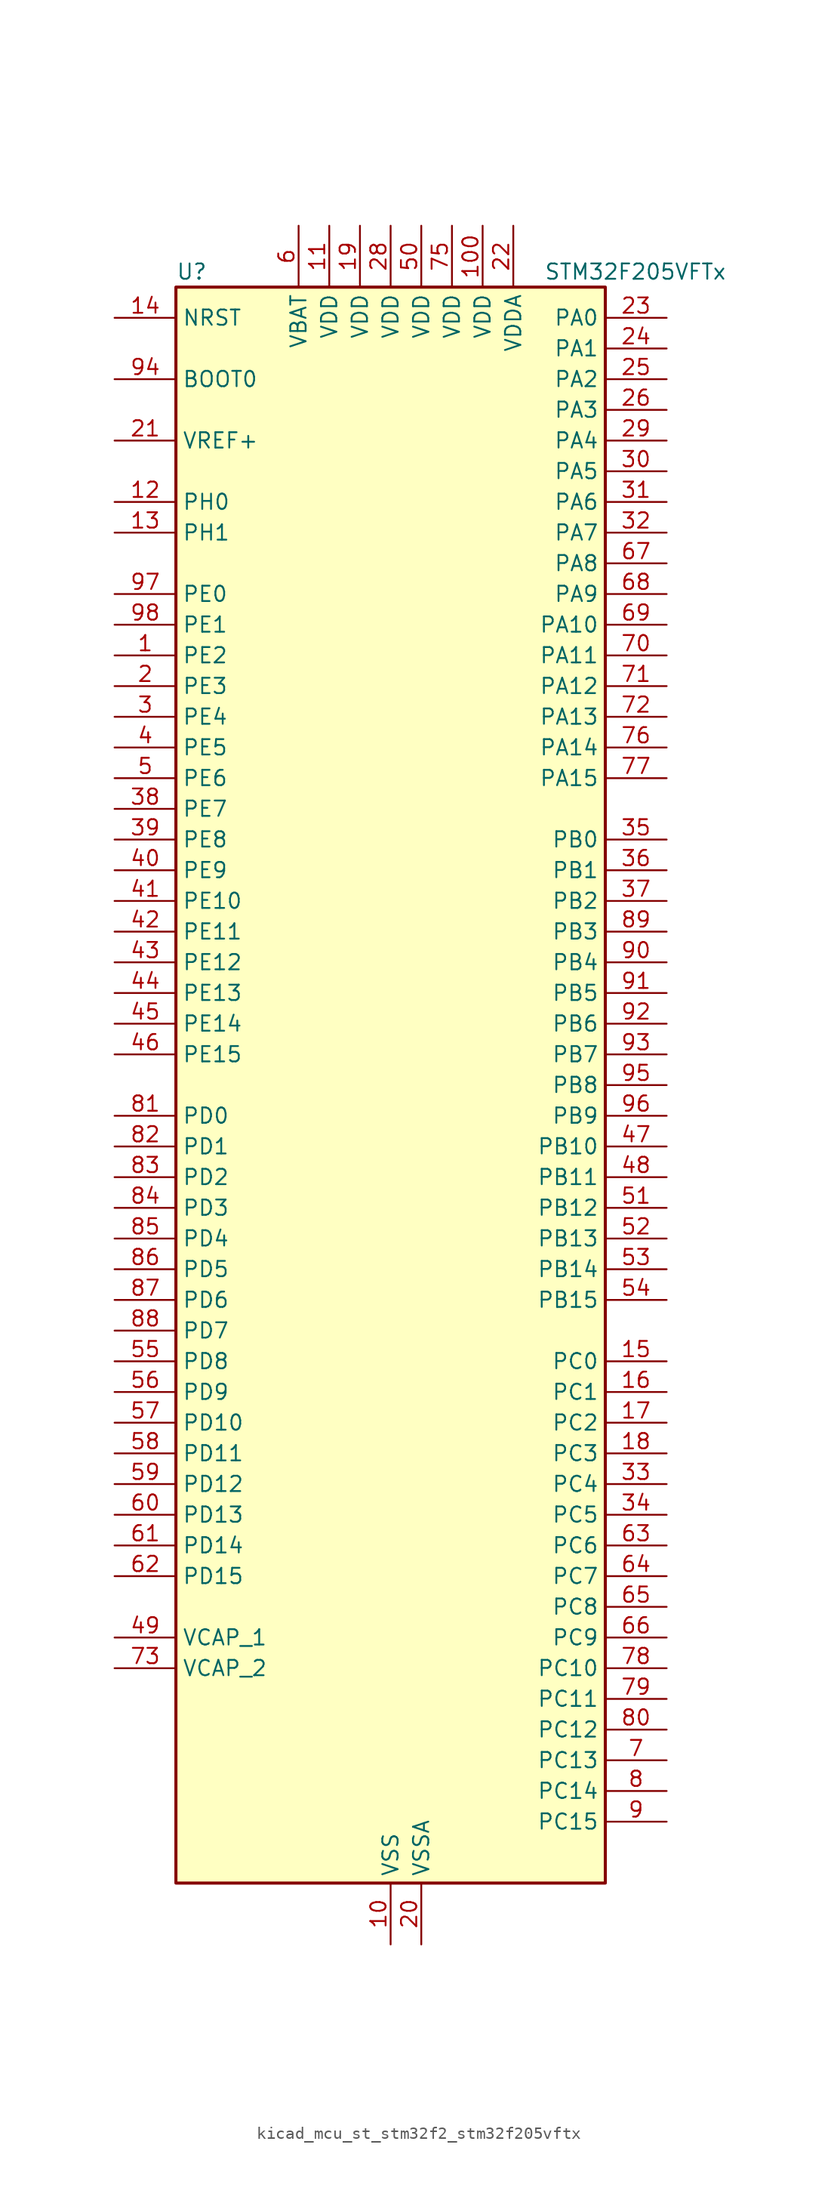
<source format=kicad_sym>
(kicad_symbol_lib
  (version 20220914)
  (generator kicad_symbol_editor)
  (symbol "kicad_mcu_st_stm32f2_stm32f205vftx"
    (property "Reference" "U"
      (at -17.78 67.31 0)
      (effects (font (size 1.27 1.27)) (justify left)))
    (property "Value" "STM32F205VFTx"
      (at 12.7 67.31 0)
      (effects (font (size 1.27 1.27)) (justify left)))
    (property "ki_locked" ""
      (at 0 0 0)
      (effects (font (size 1.27 1.27))))
    (symbol "kicad_mcu_st_stm32f2_stm32f205vftx_0_1"
      (rectangle (start -17.78 -66.04) (end 17.78 66.04) (stroke (width 0.254) (type default)) (fill (type background))))
    (symbol "kicad_mcu_st_stm32f2_stm32f205vftx_1_1"
      (pin bidirectional line (at -22.86 35.56 0) (length 5.08) (name "PE2" (effects (font (size 1.27 1.27)))) (number "1" (effects (font (size 1.27 1.27)))) (alternate "FSMC_A23" bidirectional line) (alternate "SYS_TRACECLK" bidirectional line))
      (pin power_in line (at 0 -71.12 90) (length 5.08) (name "VSS" (effects (font (size 1.27 1.27)))) (number "10" (effects (font (size 1.27 1.27)))))
      (pin power_in line (at 7.62 71.12 270) (length 5.08) (name "VDD" (effects (font (size 1.27 1.27)))) (number "100" (effects (font (size 1.27 1.27)))))
      (pin power_in line (at -5.08 71.12 270) (length 5.08) (name "VDD" (effects (font (size 1.27 1.27)))) (number "11" (effects (font (size 1.27 1.27)))))
      (pin bidirectional line (at -22.86 48.26 0) (length 5.08) (name "PH0" (effects (font (size 1.27 1.27)))) (number "12" (effects (font (size 1.27 1.27)))) (alternate "RCC_OSC_IN" bidirectional line))
      (pin bidirectional line (at -22.86 45.72 0) (length 5.08) (name "PH1" (effects (font (size 1.27 1.27)))) (number "13" (effects (font (size 1.27 1.27)))) (alternate "RCC_OSC_OUT" bidirectional line))
      (pin input line (at -22.86 63.5 0) (length 5.08) (name "NRST" (effects (font (size 1.27 1.27)))) (number "14" (effects (font (size 1.27 1.27)))))
      (pin bidirectional line (at 22.86 -22.86 180) (length 5.08) (name "PC0" (effects (font (size 1.27 1.27)))) (number "15" (effects (font (size 1.27 1.27)))) (alternate "ADC1_IN10" bidirectional line) (alternate "ADC2_IN10" bidirectional line) (alternate "ADC3_IN10" bidirectional line) (alternate "USB_OTG_HS_ULPI_STP" bidirectional line))
      (pin bidirectional line (at 22.86 -25.4 180) (length 5.08) (name "PC1" (effects (font (size 1.27 1.27)))) (number "16" (effects (font (size 1.27 1.27)))) (alternate "ADC1_IN11" bidirectional line) (alternate "ADC2_IN11" bidirectional line) (alternate "ADC3_IN11" bidirectional line))
      (pin bidirectional line (at 22.86 -27.94 180) (length 5.08) (name "PC2" (effects (font (size 1.27 1.27)))) (number "17" (effects (font (size 1.27 1.27)))) (alternate "ADC1_IN12" bidirectional line) (alternate "ADC2_IN12" bidirectional line) (alternate "ADC3_IN12" bidirectional line) (alternate "SPI2_MISO" bidirectional line) (alternate "USB_OTG_HS_ULPI_DIR" bidirectional line))
      (pin bidirectional line (at 22.86 -30.48 180) (length 5.08) (name "PC3" (effects (font (size 1.27 1.27)))) (number "18" (effects (font (size 1.27 1.27)))) (alternate "ADC1_IN13" bidirectional line) (alternate "ADC2_IN13" bidirectional line) (alternate "ADC3_IN13" bidirectional line) (alternate "I2S2_SD" bidirectional line) (alternate "SPI2_MOSI" bidirectional line) (alternate "USB_OTG_HS_ULPI_NXT" bidirectional line))
      (pin power_in line (at -2.54 71.12 270) (length 5.08) (name "VDD" (effects (font (size 1.27 1.27)))) (number "19" (effects (font (size 1.27 1.27)))))
      (pin bidirectional line (at -22.86 33.02 0) (length 5.08) (name "PE3" (effects (font (size 1.27 1.27)))) (number "2" (effects (font (size 1.27 1.27)))) (alternate "FSMC_A19" bidirectional line) (alternate "SYS_TRACED0" bidirectional line))
      (pin power_in line (at 2.54 -71.12 90) (length 5.08) (name "VSSA" (effects (font (size 1.27 1.27)))) (number "20" (effects (font (size 1.27 1.27)))))
      (pin input line (at -22.86 53.34 0) (length 5.08) (name "VREF+" (effects (font (size 1.27 1.27)))) (number "21" (effects (font (size 1.27 1.27)))))
      (pin power_in line (at 10.16 71.12 270) (length 5.08) (name "VDDA" (effects (font (size 1.27 1.27)))) (number "22" (effects (font (size 1.27 1.27)))))
      (pin bidirectional line (at 22.86 63.5 180) (length 5.08) (name "PA0" (effects (font (size 1.27 1.27)))) (number "23" (effects (font (size 1.27 1.27)))) (alternate "ADC1_IN0" bidirectional line) (alternate "ADC2_IN0" bidirectional line) (alternate "ADC3_IN0" bidirectional line) (alternate "SYS_WKUP" bidirectional line) (alternate "TIM2_CH1" bidirectional line) (alternate "TIM2_ETR" bidirectional line) (alternate "TIM5_CH1" bidirectional line) (alternate "TIM8_ETR" bidirectional line) (alternate "UART4_TX" bidirectional line) (alternate "USART2_CTS" bidirectional line))
      (pin bidirectional line (at 22.86 60.96 180) (length 5.08) (name "PA1" (effects (font (size 1.27 1.27)))) (number "24" (effects (font (size 1.27 1.27)))) (alternate "ADC1_IN1" bidirectional line) (alternate "ADC2_IN1" bidirectional line) (alternate "ADC3_IN1" bidirectional line) (alternate "TIM2_CH2" bidirectional line) (alternate "TIM5_CH2" bidirectional line) (alternate "UART4_RX" bidirectional line) (alternate "USART2_RTS" bidirectional line))
      (pin bidirectional line (at 22.86 58.42 180) (length 5.08) (name "PA2" (effects (font (size 1.27 1.27)))) (number "25" (effects (font (size 1.27 1.27)))) (alternate "ADC1_IN2" bidirectional line) (alternate "ADC2_IN2" bidirectional line) (alternate "ADC3_IN2" bidirectional line) (alternate "TIM2_CH3" bidirectional line) (alternate "TIM5_CH3" bidirectional line) (alternate "TIM9_CH1" bidirectional line) (alternate "USART2_TX" bidirectional line))
      (pin bidirectional line (at 22.86 55.88 180) (length 5.08) (name "PA3" (effects (font (size 1.27 1.27)))) (number "26" (effects (font (size 1.27 1.27)))) (alternate "ADC1_IN3" bidirectional line) (alternate "ADC2_IN3" bidirectional line) (alternate "ADC3_IN3" bidirectional line) (alternate "TIM2_CH4" bidirectional line) (alternate "TIM5_CH4" bidirectional line) (alternate "TIM9_CH2" bidirectional line) (alternate "USART2_RX" bidirectional line) (alternate "USB_OTG_HS_ULPI_D0" bidirectional line))
      (pin passive line (at 0 -71.12 90) (length 5.08) hide (name "VSS" (effects (font (size 1.27 1.27)))) (number "27" (effects (font (size 1.27 1.27)))))
      (pin power_in line (at 0 71.12 270) (length 5.08) (name "VDD" (effects (font (size 1.27 1.27)))) (number "28" (effects (font (size 1.27 1.27)))))
      (pin bidirectional line (at 22.86 53.34 180) (length 5.08) (name "PA4" (effects (font (size 1.27 1.27)))) (number "29" (effects (font (size 1.27 1.27)))) (alternate "ADC1_IN4" bidirectional line) (alternate "ADC2_IN4" bidirectional line) (alternate "DAC_OUT1" bidirectional line) (alternate "I2S3_WS" bidirectional line) (alternate "SPI1_NSS" bidirectional line) (alternate "SPI3_NSS" bidirectional line) (alternate "USART2_CK" bidirectional line) (alternate "USB_OTG_HS_SOF" bidirectional line))
      (pin bidirectional line (at -22.86 30.48 0) (length 5.08) (name "PE4" (effects (font (size 1.27 1.27)))) (number "3" (effects (font (size 1.27 1.27)))) (alternate "FSMC_A20" bidirectional line) (alternate "SYS_TRACED1" bidirectional line))
      (pin bidirectional line (at 22.86 50.8 180) (length 5.08) (name "PA5" (effects (font (size 1.27 1.27)))) (number "30" (effects (font (size 1.27 1.27)))) (alternate "ADC1_IN5" bidirectional line) (alternate "ADC2_IN5" bidirectional line) (alternate "DAC_OUT2" bidirectional line) (alternate "SPI1_SCK" bidirectional line) (alternate "TIM2_CH1" bidirectional line) (alternate "TIM2_ETR" bidirectional line) (alternate "TIM8_CH1N" bidirectional line) (alternate "USB_OTG_HS_ULPI_CK" bidirectional line))
      (pin bidirectional line (at 22.86 48.26 180) (length 5.08) (name "PA6" (effects (font (size 1.27 1.27)))) (number "31" (effects (font (size 1.27 1.27)))) (alternate "ADC1_IN6" bidirectional line) (alternate "ADC2_IN6" bidirectional line) (alternate "SPI1_MISO" bidirectional line) (alternate "TIM13_CH1" bidirectional line) (alternate "TIM1_BKIN" bidirectional line) (alternate "TIM3_CH1" bidirectional line) (alternate "TIM8_BKIN" bidirectional line))
      (pin bidirectional line (at 22.86 45.72 180) (length 5.08) (name "PA7" (effects (font (size 1.27 1.27)))) (number "32" (effects (font (size 1.27 1.27)))) (alternate "ADC1_IN7" bidirectional line) (alternate "ADC2_IN7" bidirectional line) (alternate "SPI1_MOSI" bidirectional line) (alternate "TIM14_CH1" bidirectional line) (alternate "TIM1_CH1N" bidirectional line) (alternate "TIM3_CH2" bidirectional line) (alternate "TIM8_CH1N" bidirectional line))
      (pin bidirectional line (at 22.86 -33.02 180) (length 5.08) (name "PC4" (effects (font (size 1.27 1.27)))) (number "33" (effects (font (size 1.27 1.27)))) (alternate "ADC1_IN14" bidirectional line) (alternate "ADC2_IN14" bidirectional line))
      (pin bidirectional line (at 22.86 -35.56 180) (length 5.08) (name "PC5" (effects (font (size 1.27 1.27)))) (number "34" (effects (font (size 1.27 1.27)))) (alternate "ADC1_IN15" bidirectional line) (alternate "ADC2_IN15" bidirectional line))
      (pin bidirectional line (at 22.86 20.32 180) (length 5.08) (name "PB0" (effects (font (size 1.27 1.27)))) (number "35" (effects (font (size 1.27 1.27)))) (alternate "ADC1_IN8" bidirectional line) (alternate "ADC2_IN8" bidirectional line) (alternate "TIM1_CH2N" bidirectional line) (alternate "TIM3_CH3" bidirectional line) (alternate "TIM8_CH2N" bidirectional line) (alternate "USB_OTG_HS_ULPI_D1" bidirectional line))
      (pin bidirectional line (at 22.86 17.78 180) (length 5.08) (name "PB1" (effects (font (size 1.27 1.27)))) (number "36" (effects (font (size 1.27 1.27)))) (alternate "ADC1_IN9" bidirectional line) (alternate "ADC2_IN9" bidirectional line) (alternate "TIM1_CH3N" bidirectional line) (alternate "TIM3_CH4" bidirectional line) (alternate "TIM8_CH3N" bidirectional line) (alternate "USB_OTG_HS_ULPI_D2" bidirectional line))
      (pin bidirectional line (at 22.86 15.24 180) (length 5.08) (name "PB2" (effects (font (size 1.27 1.27)))) (number "37" (effects (font (size 1.27 1.27)))))
      (pin bidirectional line (at -22.86 22.86 0) (length 5.08) (name "PE7" (effects (font (size 1.27 1.27)))) (number "38" (effects (font (size 1.27 1.27)))) (alternate "FSMC_D4" bidirectional line) (alternate "FSMC_DA4" bidirectional line) (alternate "TIM1_ETR" bidirectional line))
      (pin bidirectional line (at -22.86 20.32 0) (length 5.08) (name "PE8" (effects (font (size 1.27 1.27)))) (number "39" (effects (font (size 1.27 1.27)))) (alternate "FSMC_D5" bidirectional line) (alternate "FSMC_DA5" bidirectional line) (alternate "TIM1_CH1N" bidirectional line))
      (pin bidirectional line (at -22.86 27.94 0) (length 5.08) (name "PE5" (effects (font (size 1.27 1.27)))) (number "4" (effects (font (size 1.27 1.27)))) (alternate "FSMC_A21" bidirectional line) (alternate "SYS_TRACED2" bidirectional line) (alternate "TIM9_CH1" bidirectional line))
      (pin bidirectional line (at -22.86 17.78 0) (length 5.08) (name "PE9" (effects (font (size 1.27 1.27)))) (number "40" (effects (font (size 1.27 1.27)))) (alternate "DAC_EXTI9" bidirectional line) (alternate "FSMC_D6" bidirectional line) (alternate "FSMC_DA6" bidirectional line) (alternate "TIM1_CH1" bidirectional line))
      (pin bidirectional line (at -22.86 15.24 0) (length 5.08) (name "PE10" (effects (font (size 1.27 1.27)))) (number "41" (effects (font (size 1.27 1.27)))) (alternate "FSMC_D7" bidirectional line) (alternate "FSMC_DA7" bidirectional line) (alternate "TIM1_CH2N" bidirectional line))
      (pin bidirectional line (at -22.86 12.7 0) (length 5.08) (name "PE11" (effects (font (size 1.27 1.27)))) (number "42" (effects (font (size 1.27 1.27)))) (alternate "ADC1_EXTI11" bidirectional line) (alternate "ADC2_EXTI11" bidirectional line) (alternate "ADC3_EXTI11" bidirectional line) (alternate "FSMC_D8" bidirectional line) (alternate "FSMC_DA8" bidirectional line) (alternate "TIM1_CH2" bidirectional line))
      (pin bidirectional line (at -22.86 10.16 0) (length 5.08) (name "PE12" (effects (font (size 1.27 1.27)))) (number "43" (effects (font (size 1.27 1.27)))) (alternate "FSMC_D9" bidirectional line) (alternate "FSMC_DA9" bidirectional line) (alternate "TIM1_CH3N" bidirectional line))
      (pin bidirectional line (at -22.86 7.62 0) (length 5.08) (name "PE13" (effects (font (size 1.27 1.27)))) (number "44" (effects (font (size 1.27 1.27)))) (alternate "FSMC_D10" bidirectional line) (alternate "FSMC_DA10" bidirectional line) (alternate "TIM1_CH3" bidirectional line))
      (pin bidirectional line (at -22.86 5.08 0) (length 5.08) (name "PE14" (effects (font (size 1.27 1.27)))) (number "45" (effects (font (size 1.27 1.27)))) (alternate "FSMC_D11" bidirectional line) (alternate "FSMC_DA11" bidirectional line) (alternate "TIM1_CH4" bidirectional line))
      (pin bidirectional line (at -22.86 2.54 0) (length 5.08) (name "PE15" (effects (font (size 1.27 1.27)))) (number "46" (effects (font (size 1.27 1.27)))) (alternate "ADC1_EXTI15" bidirectional line) (alternate "ADC2_EXTI15" bidirectional line) (alternate "ADC3_EXTI15" bidirectional line) (alternate "FSMC_D12" bidirectional line) (alternate "FSMC_DA12" bidirectional line) (alternate "TIM1_BKIN" bidirectional line))
      (pin bidirectional line (at 22.86 -5.08 180) (length 5.08) (name "PB10" (effects (font (size 1.27 1.27)))) (number "47" (effects (font (size 1.27 1.27)))) (alternate "I2C2_SCL" bidirectional line) (alternate "I2S2_SCK" bidirectional line) (alternate "SPI2_SCK" bidirectional line) (alternate "TIM2_CH3" bidirectional line) (alternate "USART3_TX" bidirectional line) (alternate "USB_OTG_HS_ULPI_D3" bidirectional line))
      (pin bidirectional line (at 22.86 -7.62 180) (length 5.08) (name "PB11" (effects (font (size 1.27 1.27)))) (number "48" (effects (font (size 1.27 1.27)))) (alternate "ADC1_EXTI11" bidirectional line) (alternate "ADC2_EXTI11" bidirectional line) (alternate "ADC3_EXTI11" bidirectional line) (alternate "I2C2_SDA" bidirectional line) (alternate "TIM2_CH4" bidirectional line) (alternate "USART3_RX" bidirectional line) (alternate "USB_OTG_HS_ULPI_D4" bidirectional line))
      (pin power_out line (at -22.86 -45.72 0) (length 5.08) (name "VCAP_1" (effects (font (size 1.27 1.27)))) (number "49" (effects (font (size 1.27 1.27)))))
      (pin bidirectional line (at -22.86 25.4 0) (length 5.08) (name "PE6" (effects (font (size 1.27 1.27)))) (number "5" (effects (font (size 1.27 1.27)))) (alternate "FSMC_A22" bidirectional line) (alternate "SYS_TRACED3" bidirectional line) (alternate "TIM9_CH2" bidirectional line))
      (pin power_in line (at 2.54 71.12 270) (length 5.08) (name "VDD" (effects (font (size 1.27 1.27)))) (number "50" (effects (font (size 1.27 1.27)))))
      (pin bidirectional line (at 22.86 -10.16 180) (length 5.08) (name "PB12" (effects (font (size 1.27 1.27)))) (number "51" (effects (font (size 1.27 1.27)))) (alternate "CAN2_RX" bidirectional line) (alternate "I2C2_SMBA" bidirectional line) (alternate "I2S2_WS" bidirectional line) (alternate "SPI2_NSS" bidirectional line) (alternate "TIM1_BKIN" bidirectional line) (alternate "USART3_CK" bidirectional line) (alternate "USB_OTG_HS_ID" bidirectional line) (alternate "USB_OTG_HS_ULPI_D5" bidirectional line))
      (pin bidirectional line (at 22.86 -12.7 180) (length 5.08) (name "PB13" (effects (font (size 1.27 1.27)))) (number "52" (effects (font (size 1.27 1.27)))) (alternate "CAN2_TX" bidirectional line) (alternate "I2S2_SCK" bidirectional line) (alternate "SPI2_SCK" bidirectional line) (alternate "TIM1_CH1N" bidirectional line) (alternate "USART3_CTS" bidirectional line) (alternate "USB_OTG_HS_ULPI_D6" bidirectional line) (alternate "USB_OTG_HS_VBUS" bidirectional line))
      (pin bidirectional line (at 22.86 -15.24 180) (length 5.08) (name "PB14" (effects (font (size 1.27 1.27)))) (number "53" (effects (font (size 1.27 1.27)))) (alternate "SPI2_MISO" bidirectional line) (alternate "TIM12_CH1" bidirectional line) (alternate "TIM1_CH2N" bidirectional line) (alternate "TIM8_CH2N" bidirectional line) (alternate "USART3_RTS" bidirectional line) (alternate "USB_OTG_HS_DM" bidirectional line))
      (pin bidirectional line (at 22.86 -17.78 180) (length 5.08) (name "PB15" (effects (font (size 1.27 1.27)))) (number "54" (effects (font (size 1.27 1.27)))) (alternate "ADC1_EXTI15" bidirectional line) (alternate "ADC2_EXTI15" bidirectional line) (alternate "ADC3_EXTI15" bidirectional line) (alternate "I2S2_SD" bidirectional line) (alternate "RTC_REFIN" bidirectional line) (alternate "SPI2_MOSI" bidirectional line) (alternate "TIM12_CH2" bidirectional line) (alternate "TIM1_CH3N" bidirectional line) (alternate "TIM8_CH3N" bidirectional line) (alternate "USB_OTG_HS_DP" bidirectional line))
      (pin bidirectional line (at -22.86 -22.86 0) (length 5.08) (name "PD8" (effects (font (size 1.27 1.27)))) (number "55" (effects (font (size 1.27 1.27)))) (alternate "FSMC_D13" bidirectional line) (alternate "FSMC_DA13" bidirectional line) (alternate "USART3_TX" bidirectional line))
      (pin bidirectional line (at -22.86 -25.4 0) (length 5.08) (name "PD9" (effects (font (size 1.27 1.27)))) (number "56" (effects (font (size 1.27 1.27)))) (alternate "DAC_EXTI9" bidirectional line) (alternate "FSMC_D14" bidirectional line) (alternate "FSMC_DA14" bidirectional line) (alternate "USART3_RX" bidirectional line))
      (pin bidirectional line (at -22.86 -27.94 0) (length 5.08) (name "PD10" (effects (font (size 1.27 1.27)))) (number "57" (effects (font (size 1.27 1.27)))) (alternate "FSMC_D15" bidirectional line) (alternate "FSMC_DA15" bidirectional line) (alternate "USART3_CK" bidirectional line))
      (pin bidirectional line (at -22.86 -30.48 0) (length 5.08) (name "PD11" (effects (font (size 1.27 1.27)))) (number "58" (effects (font (size 1.27 1.27)))) (alternate "ADC1_EXTI11" bidirectional line) (alternate "ADC2_EXTI11" bidirectional line) (alternate "ADC3_EXTI11" bidirectional line) (alternate "FSMC_A16" bidirectional line) (alternate "FSMC_CLE" bidirectional line) (alternate "USART3_CTS" bidirectional line))
      (pin bidirectional line (at -22.86 -33.02 0) (length 5.08) (name "PD12" (effects (font (size 1.27 1.27)))) (number "59" (effects (font (size 1.27 1.27)))) (alternate "FSMC_A17" bidirectional line) (alternate "FSMC_ALE" bidirectional line) (alternate "TIM4_CH1" bidirectional line) (alternate "USART3_RTS" bidirectional line))
      (pin power_in line (at -7.62 71.12 270) (length 5.08) (name "VBAT" (effects (font (size 1.27 1.27)))) (number "6" (effects (font (size 1.27 1.27)))))
      (pin bidirectional line (at -22.86 -35.56 0) (length 5.08) (name "PD13" (effects (font (size 1.27 1.27)))) (number "60" (effects (font (size 1.27 1.27)))) (alternate "FSMC_A18" bidirectional line) (alternate "TIM4_CH2" bidirectional line))
      (pin bidirectional line (at -22.86 -38.1 0) (length 5.08) (name "PD14" (effects (font (size 1.27 1.27)))) (number "61" (effects (font (size 1.27 1.27)))) (alternate "FSMC_D0" bidirectional line) (alternate "FSMC_DA0" bidirectional line) (alternate "TIM4_CH3" bidirectional line))
      (pin bidirectional line (at -22.86 -40.64 0) (length 5.08) (name "PD15" (effects (font (size 1.27 1.27)))) (number "62" (effects (font (size 1.27 1.27)))) (alternate "ADC1_EXTI15" bidirectional line) (alternate "ADC2_EXTI15" bidirectional line) (alternate "ADC3_EXTI15" bidirectional line) (alternate "FSMC_D1" bidirectional line) (alternate "FSMC_DA1" bidirectional line) (alternate "TIM4_CH4" bidirectional line))
      (pin bidirectional line (at 22.86 -38.1 180) (length 5.08) (name "PC6" (effects (font (size 1.27 1.27)))) (number "63" (effects (font (size 1.27 1.27)))) (alternate "I2S2_MCK" bidirectional line) (alternate "SDIO_D6" bidirectional line) (alternate "TIM3_CH1" bidirectional line) (alternate "TIM8_CH1" bidirectional line) (alternate "USART6_TX" bidirectional line))
      (pin bidirectional line (at 22.86 -40.64 180) (length 5.08) (name "PC7" (effects (font (size 1.27 1.27)))) (number "64" (effects (font (size 1.27 1.27)))) (alternate "I2S3_MCK" bidirectional line) (alternate "SDIO_D7" bidirectional line) (alternate "TIM3_CH2" bidirectional line) (alternate "TIM8_CH2" bidirectional line) (alternate "USART6_RX" bidirectional line))
      (pin bidirectional line (at 22.86 -43.18 180) (length 5.08) (name "PC8" (effects (font (size 1.27 1.27)))) (number "65" (effects (font (size 1.27 1.27)))) (alternate "SDIO_D0" bidirectional line) (alternate "TIM3_CH3" bidirectional line) (alternate "TIM8_CH3" bidirectional line) (alternate "USART6_CK" bidirectional line))
      (pin bidirectional line (at 22.86 -45.72 180) (length 5.08) (name "PC9" (effects (font (size 1.27 1.27)))) (number "66" (effects (font (size 1.27 1.27)))) (alternate "DAC_EXTI9" bidirectional line) (alternate "I2C3_SDA" bidirectional line) (alternate "I2S_CKIN" bidirectional line) (alternate "RCC_MCO_2" bidirectional line) (alternate "SDIO_D1" bidirectional line) (alternate "TIM3_CH4" bidirectional line) (alternate "TIM8_CH4" bidirectional line))
      (pin bidirectional line (at 22.86 43.18 180) (length 5.08) (name "PA8" (effects (font (size 1.27 1.27)))) (number "67" (effects (font (size 1.27 1.27)))) (alternate "I2C3_SCL" bidirectional line) (alternate "RCC_MCO_1" bidirectional line) (alternate "TIM1_CH1" bidirectional line) (alternate "USART1_CK" bidirectional line) (alternate "USB_OTG_FS_SOF" bidirectional line))
      (pin bidirectional line (at 22.86 40.64 180) (length 5.08) (name "PA9" (effects (font (size 1.27 1.27)))) (number "68" (effects (font (size 1.27 1.27)))) (alternate "DAC_EXTI9" bidirectional line) (alternate "I2C3_SMBA" bidirectional line) (alternate "TIM1_CH2" bidirectional line) (alternate "USART1_TX" bidirectional line) (alternate "USB_OTG_FS_VBUS" bidirectional line))
      (pin bidirectional line (at 22.86 38.1 180) (length 5.08) (name "PA10" (effects (font (size 1.27 1.27)))) (number "69" (effects (font (size 1.27 1.27)))) (alternate "TIM1_CH3" bidirectional line) (alternate "USART1_RX" bidirectional line) (alternate "USB_OTG_FS_ID" bidirectional line))
      (pin bidirectional line (at 22.86 -55.88 180) (length 5.08) (name "PC13" (effects (font (size 1.27 1.27)))) (number "7" (effects (font (size 1.27 1.27)))) (alternate "RTC_AF1" bidirectional line))
      (pin bidirectional line (at 22.86 35.56 180) (length 5.08) (name "PA11" (effects (font (size 1.27 1.27)))) (number "70" (effects (font (size 1.27 1.27)))) (alternate "ADC1_EXTI11" bidirectional line) (alternate "ADC2_EXTI11" bidirectional line) (alternate "ADC3_EXTI11" bidirectional line) (alternate "CAN1_RX" bidirectional line) (alternate "TIM1_CH4" bidirectional line) (alternate "USART1_CTS" bidirectional line) (alternate "USB_OTG_FS_DM" bidirectional line))
      (pin bidirectional line (at 22.86 33.02 180) (length 5.08) (name "PA12" (effects (font (size 1.27 1.27)))) (number "71" (effects (font (size 1.27 1.27)))) (alternate "CAN1_TX" bidirectional line) (alternate "TIM1_ETR" bidirectional line) (alternate "USART1_RTS" bidirectional line) (alternate "USB_OTG_FS_DP" bidirectional line))
      (pin bidirectional line (at 22.86 30.48 180) (length 5.08) (name "PA13" (effects (font (size 1.27 1.27)))) (number "72" (effects (font (size 1.27 1.27)))) (alternate "SYS_JTMS-SWDIO" bidirectional line))
      (pin power_out line (at -22.86 -48.26 0) (length 5.08) (name "VCAP_2" (effects (font (size 1.27 1.27)))) (number "73" (effects (font (size 1.27 1.27)))))
      (pin passive line (at 0 -71.12 90) (length 5.08) hide (name "VSS" (effects (font (size 1.27 1.27)))) (number "74" (effects (font (size 1.27 1.27)))))
      (pin power_in line (at 5.08 71.12 270) (length 5.08) (name "VDD" (effects (font (size 1.27 1.27)))) (number "75" (effects (font (size 1.27 1.27)))))
      (pin bidirectional line (at 22.86 27.94 180) (length 5.08) (name "PA14" (effects (font (size 1.27 1.27)))) (number "76" (effects (font (size 1.27 1.27)))) (alternate "SYS_JTCK-SWCLK" bidirectional line))
      (pin bidirectional line (at 22.86 25.4 180) (length 5.08) (name "PA15" (effects (font (size 1.27 1.27)))) (number "77" (effects (font (size 1.27 1.27)))) (alternate "ADC1_EXTI15" bidirectional line) (alternate "ADC2_EXTI15" bidirectional line) (alternate "ADC3_EXTI15" bidirectional line) (alternate "I2S3_WS" bidirectional line) (alternate "SPI1_NSS" bidirectional line) (alternate "SPI3_NSS" bidirectional line) (alternate "SYS_JTDI" bidirectional line) (alternate "TIM2_CH1" bidirectional line) (alternate "TIM2_ETR" bidirectional line))
      (pin bidirectional line (at 22.86 -48.26 180) (length 5.08) (name "PC10" (effects (font (size 1.27 1.27)))) (number "78" (effects (font (size 1.27 1.27)))) (alternate "I2S3_SCK" bidirectional line) (alternate "SDIO_D2" bidirectional line) (alternate "SPI3_SCK" bidirectional line) (alternate "UART4_TX" bidirectional line) (alternate "USART3_TX" bidirectional line))
      (pin bidirectional line (at 22.86 -50.8 180) (length 5.08) (name "PC11" (effects (font (size 1.27 1.27)))) (number "79" (effects (font (size 1.27 1.27)))) (alternate "ADC1_EXTI11" bidirectional line) (alternate "ADC2_EXTI11" bidirectional line) (alternate "ADC3_EXTI11" bidirectional line) (alternate "SDIO_D3" bidirectional line) (alternate "SPI3_MISO" bidirectional line) (alternate "UART4_RX" bidirectional line) (alternate "USART3_RX" bidirectional line))
      (pin bidirectional line (at 22.86 -58.42 180) (length 5.08) (name "PC14" (effects (font (size 1.27 1.27)))) (number "8" (effects (font (size 1.27 1.27)))) (alternate "RCC_OSC32_IN" bidirectional line))
      (pin bidirectional line (at 22.86 -53.34 180) (length 5.08) (name "PC12" (effects (font (size 1.27 1.27)))) (number "80" (effects (font (size 1.27 1.27)))) (alternate "I2S3_SD" bidirectional line) (alternate "SDIO_CK" bidirectional line) (alternate "SPI3_MOSI" bidirectional line) (alternate "UART5_TX" bidirectional line) (alternate "USART3_CK" bidirectional line))
      (pin bidirectional line (at -22.86 -2.54 0) (length 5.08) (name "PD0" (effects (font (size 1.27 1.27)))) (number "81" (effects (font (size 1.27 1.27)))) (alternate "CAN1_RX" bidirectional line) (alternate "FSMC_D2" bidirectional line) (alternate "FSMC_DA2" bidirectional line))
      (pin bidirectional line (at -22.86 -5.08 0) (length 5.08) (name "PD1" (effects (font (size 1.27 1.27)))) (number "82" (effects (font (size 1.27 1.27)))) (alternate "CAN1_TX" bidirectional line) (alternate "FSMC_D3" bidirectional line) (alternate "FSMC_DA3" bidirectional line))
      (pin bidirectional line (at -22.86 -7.62 0) (length 5.08) (name "PD2" (effects (font (size 1.27 1.27)))) (number "83" (effects (font (size 1.27 1.27)))) (alternate "SDIO_CMD" bidirectional line) (alternate "TIM3_ETR" bidirectional line) (alternate "UART5_RX" bidirectional line))
      (pin bidirectional line (at -22.86 -10.16 0) (length 5.08) (name "PD3" (effects (font (size 1.27 1.27)))) (number "84" (effects (font (size 1.27 1.27)))) (alternate "FSMC_CLK" bidirectional line) (alternate "USART2_CTS" bidirectional line))
      (pin bidirectional line (at -22.86 -12.7 0) (length 5.08) (name "PD4" (effects (font (size 1.27 1.27)))) (number "85" (effects (font (size 1.27 1.27)))) (alternate "FSMC_NOE" bidirectional line) (alternate "USART2_RTS" bidirectional line))
      (pin bidirectional line (at -22.86 -15.24 0) (length 5.08) (name "PD5" (effects (font (size 1.27 1.27)))) (number "86" (effects (font (size 1.27 1.27)))) (alternate "FSMC_NWE" bidirectional line) (alternate "USART2_TX" bidirectional line))
      (pin bidirectional line (at -22.86 -17.78 0) (length 5.08) (name "PD6" (effects (font (size 1.27 1.27)))) (number "87" (effects (font (size 1.27 1.27)))) (alternate "FSMC_NWAIT" bidirectional line) (alternate "USART2_RX" bidirectional line))
      (pin bidirectional line (at -22.86 -20.32 0) (length 5.08) (name "PD7" (effects (font (size 1.27 1.27)))) (number "88" (effects (font (size 1.27 1.27)))) (alternate "FSMC_NCE2" bidirectional line) (alternate "FSMC_NE1" bidirectional line) (alternate "USART2_CK" bidirectional line))
      (pin bidirectional line (at 22.86 12.7 180) (length 5.08) (name "PB3" (effects (font (size 1.27 1.27)))) (number "89" (effects (font (size 1.27 1.27)))) (alternate "I2S3_SCK" bidirectional line) (alternate "SPI1_SCK" bidirectional line) (alternate "SPI3_SCK" bidirectional line) (alternate "SYS_JTDO-SWO" bidirectional line) (alternate "TIM2_CH2" bidirectional line))
      (pin bidirectional line (at 22.86 -60.96 180) (length 5.08) (name "PC15" (effects (font (size 1.27 1.27)))) (number "9" (effects (font (size 1.27 1.27)))) (alternate "ADC1_EXTI15" bidirectional line) (alternate "ADC2_EXTI15" bidirectional line) (alternate "ADC3_EXTI15" bidirectional line) (alternate "RCC_OSC32_OUT" bidirectional line))
      (pin bidirectional line (at 22.86 10.16 180) (length 5.08) (name "PB4" (effects (font (size 1.27 1.27)))) (number "90" (effects (font (size 1.27 1.27)))) (alternate "SPI1_MISO" bidirectional line) (alternate "SPI3_MISO" bidirectional line) (alternate "SYS_JTRST" bidirectional line) (alternate "TIM3_CH1" bidirectional line))
      (pin bidirectional line (at 22.86 7.62 180) (length 5.08) (name "PB5" (effects (font (size 1.27 1.27)))) (number "91" (effects (font (size 1.27 1.27)))) (alternate "CAN2_RX" bidirectional line) (alternate "I2C1_SMBA" bidirectional line) (alternate "I2S3_SD" bidirectional line) (alternate "SPI1_MOSI" bidirectional line) (alternate "SPI3_MOSI" bidirectional line) (alternate "TIM3_CH2" bidirectional line) (alternate "USB_OTG_HS_ULPI_D7" bidirectional line))
      (pin bidirectional line (at 22.86 5.08 180) (length 5.08) (name "PB6" (effects (font (size 1.27 1.27)))) (number "92" (effects (font (size 1.27 1.27)))) (alternate "CAN2_TX" bidirectional line) (alternate "I2C1_SCL" bidirectional line) (alternate "TIM4_CH1" bidirectional line) (alternate "USART1_TX" bidirectional line))
      (pin bidirectional line (at 22.86 2.54 180) (length 5.08) (name "PB7" (effects (font (size 1.27 1.27)))) (number "93" (effects (font (size 1.27 1.27)))) (alternate "FSMC_NL" bidirectional line) (alternate "I2C1_SDA" bidirectional line) (alternate "TIM4_CH2" bidirectional line) (alternate "USART1_RX" bidirectional line))
      (pin input line (at -22.86 58.42 0) (length 5.08) (name "BOOT0" (effects (font (size 1.27 1.27)))) (number "94" (effects (font (size 1.27 1.27)))))
      (pin bidirectional line (at 22.86 0 180) (length 5.08) (name "PB8" (effects (font (size 1.27 1.27)))) (number "95" (effects (font (size 1.27 1.27)))) (alternate "CAN1_RX" bidirectional line) (alternate "I2C1_SCL" bidirectional line) (alternate "SDIO_D4" bidirectional line) (alternate "TIM10_CH1" bidirectional line) (alternate "TIM4_CH3" bidirectional line))
      (pin bidirectional line (at 22.86 -2.54 180) (length 5.08) (name "PB9" (effects (font (size 1.27 1.27)))) (number "96" (effects (font (size 1.27 1.27)))) (alternate "CAN1_TX" bidirectional line) (alternate "DAC_EXTI9" bidirectional line) (alternate "I2C1_SDA" bidirectional line) (alternate "I2S2_WS" bidirectional line) (alternate "SDIO_D5" bidirectional line) (alternate "SPI2_NSS" bidirectional line) (alternate "TIM11_CH1" bidirectional line) (alternate "TIM4_CH4" bidirectional line))
      (pin bidirectional line (at -22.86 40.64 0) (length 5.08) (name "PE0" (effects (font (size 1.27 1.27)))) (number "97" (effects (font (size 1.27 1.27)))) (alternate "FSMC_NBL0" bidirectional line) (alternate "TIM4_ETR" bidirectional line))
      (pin bidirectional line (at -22.86 38.1 0) (length 5.08) (name "PE1" (effects (font (size 1.27 1.27)))) (number "98" (effects (font (size 1.27 1.27)))) (alternate "FSMC_NBL1" bidirectional line))
      (pin no_connect line (at -17.78 -66.04 0) (length 5.08) hide (name "RFU" (effects (font (size 1.27 1.27)))) (number "99" (effects (font (size 1.27 1.27))))))))
</source>
